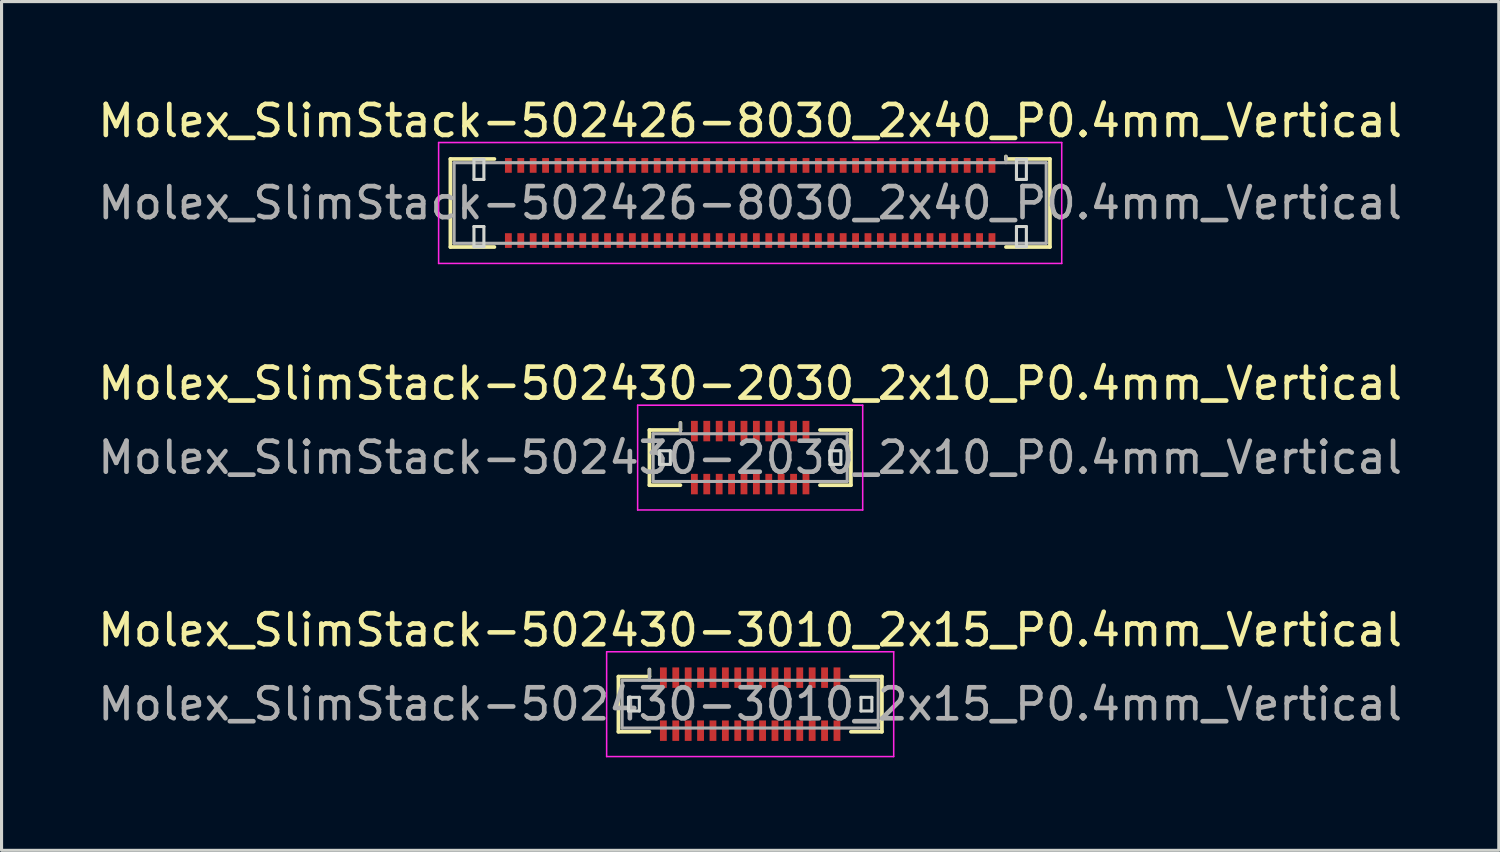
<source format=kicad_pcb>
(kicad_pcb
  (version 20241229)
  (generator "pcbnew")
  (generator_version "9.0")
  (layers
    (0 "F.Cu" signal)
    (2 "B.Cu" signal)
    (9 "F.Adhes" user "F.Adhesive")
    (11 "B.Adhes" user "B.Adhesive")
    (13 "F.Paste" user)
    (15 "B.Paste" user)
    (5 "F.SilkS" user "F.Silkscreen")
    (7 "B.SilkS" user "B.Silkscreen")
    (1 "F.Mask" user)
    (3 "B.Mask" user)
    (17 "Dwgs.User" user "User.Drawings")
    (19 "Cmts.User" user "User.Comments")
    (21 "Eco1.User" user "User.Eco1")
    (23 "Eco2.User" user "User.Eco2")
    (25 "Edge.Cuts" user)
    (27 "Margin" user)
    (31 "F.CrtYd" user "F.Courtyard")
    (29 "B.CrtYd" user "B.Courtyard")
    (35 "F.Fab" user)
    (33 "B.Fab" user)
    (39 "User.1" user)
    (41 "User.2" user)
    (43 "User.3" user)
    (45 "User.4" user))
  (footprint "Molex_SlimStack-502430-3010_2x15_P0.4mm_Vertical"
    (layer "F.Cu")
    (at 21.149 19.665)
    (property "Reference" "Molex_SlimStack-502430-3010_2x15_P0.4mm_Vertical" (at 0 -2.39 0) (layer "F.SilkS") (effects (font (size 1 1) (thickness 0.15))))
    (attr smd)
    (fp_line (start -4.25 -0.89) (end -3.25 -0.89) (stroke (width 0.12) (type solid)) (layer "F.SilkS"))
    (fp_line (start -4.25 0.89) (end -4.25 -0.89) (stroke (width 0.12) (type solid)) (layer "F.SilkS"))
    (fp_line (start -3.25 -0.89) (end -3.25 -1.12) (stroke (width 0.12) (type solid)) (layer "F.SilkS"))
    (fp_line (start -3.25 0.89) (end -4.25 0.89) (stroke (width 0.12) (type solid)) (layer "F.SilkS"))
    (fp_line (start 3.25 0.89) (end 4.25 0.89) (stroke (width 0.12) (type solid)) (layer "F.SilkS"))
    (fp_line (start 4.25 -0.89) (end 3.25 -0.89) (stroke (width 0.12) (type solid)) (layer "F.SilkS"))
    (fp_line (start 4.25 0.89) (end 4.25 -0.89) (stroke (width 0.12) (type solid)) (layer "F.SilkS"))
    (fp_line (start -3.925 -0.22) (end -3.925 0.22) (stroke (width 0.1) (type solid)) (layer "Edge.Cuts"))
    (fp_line (start -3.925 0.22) (end -3.575 0.22) (stroke (width 0.1) (type solid)) (layer "Edge.Cuts"))
    (fp_line (start -3.575 -0.22) (end -3.925 -0.22) (stroke (width 0.1) (type solid)) (layer "Edge.Cuts"))
    (fp_line (start -3.575 0.22) (end -3.575 -0.22) (stroke (width 0.1) (type solid)) (layer "Edge.Cuts"))
    (fp_line (start 3.575 -0.22) (end 3.575 0.22) (stroke (width 0.1) (type solid)) (layer "Edge.Cuts"))
    (fp_line (start 3.575 0.22) (end 3.925 0.22) (stroke (width 0.1) (type solid)) (layer "Edge.Cuts"))
    (fp_line (start 3.925 -0.22) (end 3.575 -0.22) (stroke (width 0.1) (type solid)) (layer "Edge.Cuts"))
    (fp_line (start 3.925 0.22) (end 3.925 -0.22) (stroke (width 0.1) (type solid)) (layer "Edge.Cuts"))
    (fp_line (start -4.63 -1.69) (end -4.63 1.69) (stroke (width 0.05) (type solid)) (layer "F.CrtYd"))
    (fp_line (start -4.63 1.69) (end 4.63 1.69) (stroke (width 0.05) (type solid)) (layer "F.CrtYd"))
    (fp_line (start 4.63 -1.69) (end -4.63 -1.69) (stroke (width 0.05) (type solid)) (layer "F.CrtYd"))
    (fp_line (start 4.63 1.69) (end 4.63 -1.69) (stroke (width 0.05) (type solid)) (layer "F.CrtYd"))
    (fp_line (start -4.13 -0.77) (end -4.13 0.77) (stroke (width 0.1) (type solid)) (layer "F.Fab"))
    (fp_line (start -4.13 0.77) (end 4.13 0.77) (stroke (width 0.1) (type solid)) (layer "F.Fab"))
    (fp_line (start -3.25 -0.77) (end -3.25 -1.12) (stroke (width 0.1) (type solid)) (layer "F.Fab"))
    (fp_line (start 4.13 -0.77) (end -4.13 -0.77) (stroke (width 0.1) (type solid)) (layer "F.Fab"))
    (fp_line (start 4.13 0.77) (end 4.13 -0.77) (stroke (width 0.1) (type solid)) (layer "F.Fab"))
    (fp_text user "${REFERENCE}" (at 0 0 0) (layer "F.Fab") (effects (font (size 1 1) (thickness 0.15))))
    (pad "1" smd rect (at -2.8 -0.855) (size 0.22 0.66) (layers "F.Cu" "F.Mask" "F.Paste"))
    (pad "2" smd rect (at -2.8 0.855) (size 0.22 0.66) (layers "F.Cu" "F.Mask" "F.Paste"))
    (pad "3" smd rect (at -2.4 -0.855) (size 0.22 0.66) (layers "F.Cu" "F.Mask" "F.Paste"))
    (pad "4" smd rect (at -2.4 0.855) (size 0.22 0.66) (layers "F.Cu" "F.Mask" "F.Paste"))
    (pad "5" smd rect (at -2 -0.855) (size 0.22 0.66) (layers "F.Cu" "F.Mask" "F.Paste"))
    (pad "6" smd rect (at -2 0.855) (size 0.22 0.66) (layers "F.Cu" "F.Mask" "F.Paste"))
    (pad "7" smd rect (at -1.6 -0.855) (size 0.22 0.66) (layers "F.Cu" "F.Mask" "F.Paste"))
    (pad "8" smd rect (at -1.6 0.855) (size 0.22 0.66) (layers "F.Cu" "F.Mask" "F.Paste"))
    (pad "9" smd rect (at -1.2 -0.855) (size 0.22 0.66) (layers "F.Cu" "F.Mask" "F.Paste"))
    (pad "10" smd rect (at -1.2 0.855) (size 0.22 0.66) (layers "F.Cu" "F.Mask" "F.Paste"))
    (pad "11" smd rect (at -0.8 -0.855) (size 0.22 0.66) (layers "F.Cu" "F.Mask" "F.Paste"))
    (pad "12" smd rect (at -0.8 0.855) (size 0.22 0.66) (layers "F.Cu" "F.Mask" "F.Paste"))
    (pad "13" smd rect (at -0.4 -0.855) (size 0.22 0.66) (layers "F.Cu" "F.Mask" "F.Paste"))
    (pad "14" smd rect (at -0.4 0.855) (size 0.22 0.66) (layers "F.Cu" "F.Mask" "F.Paste"))
    (pad "15" smd rect (at 0 -0.855) (size 0.22 0.66) (layers "F.Cu" "F.Mask" "F.Paste"))
    (pad "16" smd rect (at 0 0.855) (size 0.22 0.66) (layers "F.Cu" "F.Mask" "F.Paste"))
    (pad "17" smd rect (at 0.4 -0.855) (size 0.22 0.66) (layers "F.Cu" "F.Mask" "F.Paste"))
    (pad "18" smd rect (at 0.4 0.855) (size 0.22 0.66) (layers "F.Cu" "F.Mask" "F.Paste"))
    (pad "19" smd rect (at 0.8 -0.855) (size 0.22 0.66) (layers "F.Cu" "F.Mask" "F.Paste"))
    (pad "20" smd rect (at 0.8 0.855) (size 0.22 0.66) (layers "F.Cu" "F.Mask" "F.Paste"))
    (pad "21" smd rect (at 1.2 -0.855) (size 0.22 0.66) (layers "F.Cu" "F.Mask" "F.Paste"))
    (pad "22" smd rect (at 1.2 0.855) (size 0.22 0.66) (layers "F.Cu" "F.Mask" "F.Paste"))
    (pad "23" smd rect (at 1.6 -0.855) (size 0.22 0.66) (layers "F.Cu" "F.Mask" "F.Paste"))
    (pad "24" smd rect (at 1.6 0.855) (size 0.22 0.66) (layers "F.Cu" "F.Mask" "F.Paste"))
    (pad "25" smd rect (at 2 -0.855) (size 0.22 0.66) (layers "F.Cu" "F.Mask" "F.Paste"))
    (pad "26" smd rect (at 2 0.855) (size 0.22 0.66) (layers "F.Cu" "F.Mask" "F.Paste"))
    (pad "27" smd rect (at 2.4 -0.855) (size 0.22 0.66) (layers "F.Cu" "F.Mask" "F.Paste"))
    (pad "28" smd rect (at 2.4 0.855) (size 0.22 0.66) (layers "F.Cu" "F.Mask" "F.Paste"))
    (pad "29" smd rect (at 2.8 -0.855) (size 0.22 0.66) (layers "F.Cu" "F.Mask" "F.Paste"))
    (pad "30" smd rect (at 2.8 0.855) (size 0.22 0.66) (layers "F.Cu" "F.Mask" "F.Paste")))
  (footprint "Molex_SlimStack-502426-8030_2x40_P0.4mm_Vertical"
    (layer "F.Cu")
    (at 21.149 3.498)
    (property "Reference" "Molex_SlimStack-502426-8030_2x40_P0.4mm_Vertical" (at 0 -2.65 0) (layer "F.SilkS") (effects (font (size 1 1) (thickness 0.15))))
    (attr smd)
    (fp_line (start -9.67 -1.42) (end -8.25 -1.42) (stroke (width 0.12) (type solid)) (layer "F.SilkS"))
    (fp_line (start -9.67 1.42) (end -9.67 -1.42) (stroke (width 0.12) (type solid)) (layer "F.SilkS"))
    (fp_line (start -8.25 1.42) (end -9.67 1.42) (stroke (width 0.12) (type solid)) (layer "F.SilkS"))
    (fp_line (start 8.25 -1.42) (end 8.25 -1.5) (stroke (width 0.12) (type solid)) (layer "F.SilkS"))
    (fp_line (start 8.25 1.42) (end 9.67 1.42) (stroke (width 0.12) (type solid)) (layer "F.SilkS"))
    (fp_line (start 9.67 -1.42) (end 8.25 -1.42) (stroke (width 0.12) (type solid)) (layer "F.SilkS"))
    (fp_line (start 9.67 1.42) (end 9.67 -1.42) (stroke (width 0.12) (type solid)) (layer "F.SilkS"))
    (fp_line (start -8.91 -1.41) (end -8.91 -0.76) (stroke (width 0.1) (type solid)) (layer "Edge.Cuts"))
    (fp_line (start -8.91 -0.76) (end -8.59 -0.76) (stroke (width 0.1) (type solid)) (layer "Edge.Cuts"))
    (fp_line (start -8.91 0.76) (end -8.91 1.41) (stroke (width 0.1) (type solid)) (layer "Edge.Cuts"))
    (fp_line (start -8.91 1.41) (end -8.59 1.41) (stroke (width 0.1) (type solid)) (layer "Edge.Cuts"))
    (fp_line (start -8.59 -1.41) (end -8.91 -1.41) (stroke (width 0.1) (type solid)) (layer "Edge.Cuts"))
    (fp_line (start -8.59 -0.76) (end -8.59 -1.41) (stroke (width 0.1) (type solid)) (layer "Edge.Cuts"))
    (fp_line (start -8.59 0.76) (end -8.91 0.76) (stroke (width 0.1) (type solid)) (layer "Edge.Cuts"))
    (fp_line (start -8.59 1.41) (end -8.59 0.76) (stroke (width 0.1) (type solid)) (layer "Edge.Cuts"))
    (fp_line (start 8.59 -1.41) (end 8.59 -0.76) (stroke (width 0.1) (type solid)) (layer "Edge.Cuts"))
    (fp_line (start 8.59 -0.76) (end 8.91 -0.76) (stroke (width 0.1) (type solid)) (layer "Edge.Cuts"))
    (fp_line (start 8.59 0.76) (end 8.59 1.41) (stroke (width 0.1) (type solid)) (layer "Edge.Cuts"))
    (fp_line (start 8.59 1.41) (end 8.91 1.41) (stroke (width 0.1) (type solid)) (layer "Edge.Cuts"))
    (fp_line (start 8.91 -1.41) (end 8.59 -1.41) (stroke (width 0.1) (type solid)) (layer "Edge.Cuts"))
    (fp_line (start 8.91 -0.76) (end 8.91 -1.41) (stroke (width 0.1) (type solid)) (layer "Edge.Cuts"))
    (fp_line (start 8.91 0.76) (end 8.59 0.76) (stroke (width 0.1) (type solid)) (layer "Edge.Cuts"))
    (fp_line (start 8.91 1.41) (end 8.91 0.76) (stroke (width 0.1) (type solid)) (layer "Edge.Cuts"))
    (fp_line (start -10.05 -1.95) (end -10.05 1.95) (stroke (width 0.05) (type solid)) (layer "F.CrtYd"))
    (fp_line (start -10.05 1.95) (end 10.05 1.95) (stroke (width 0.05) (type solid)) (layer "F.CrtYd"))
    (fp_line (start 10.05 -1.95) (end -10.05 -1.95) (stroke (width 0.05) (type solid)) (layer "F.CrtYd"))
    (fp_line (start 10.05 1.95) (end 10.05 -1.95) (stroke (width 0.05) (type solid)) (layer "F.CrtYd"))
    (fp_line (start -9.55 -1.3) (end -9.55 1.3) (stroke (width 0.1) (type solid)) (layer "F.Fab"))
    (fp_line (start -9.55 1.3) (end 9.55 1.3) (stroke (width 0.1) (type solid)) (layer "F.Fab"))
    (fp_line (start 8.25 -1.3) (end 8.25 -1.5) (stroke (width 0.1) (type solid)) (layer "F.Fab"))
    (fp_line (start 9.55 -1.3) (end -9.55 -1.3) (stroke (width 0.1) (type solid)) (layer "F.Fab"))
    (fp_line (start 9.55 1.3) (end 9.55 -1.3) (stroke (width 0.1) (type solid)) (layer "F.Fab"))
    (fp_text user "${REFERENCE}" (at 0 0 0) (layer "F.Fab") (effects (font (size 1 1) (thickness 0.15))))
    (pad "1" smd rect (at 7.8 -1.212) (size 0.22 0.475) (layers "F.Cu" "F.Mask" "F.Paste"))
    (pad "2" smd rect (at 7.8 1.212) (size 0.22 0.475) (layers "F.Cu" "F.Mask" "F.Paste"))
    (pad "3" smd rect (at 7.4 -1.212) (size 0.22 0.475) (layers "F.Cu" "F.Mask" "F.Paste"))
    (pad "4" smd rect (at 7.4 1.212) (size 0.22 0.475) (layers "F.Cu" "F.Mask" "F.Paste"))
    (pad "5" smd rect (at 7 -1.212) (size 0.22 0.475) (layers "F.Cu" "F.Mask" "F.Paste"))
    (pad "6" smd rect (at 7 1.212) (size 0.22 0.475) (layers "F.Cu" "F.Mask" "F.Paste"))
    (pad "7" smd rect (at 6.6 -1.212) (size 0.22 0.475) (layers "F.Cu" "F.Mask" "F.Paste"))
    (pad "8" smd rect (at 6.6 1.212) (size 0.22 0.475) (layers "F.Cu" "F.Mask" "F.Paste"))
    (pad "9" smd rect (at 6.2 -1.212) (size 0.22 0.475) (layers "F.Cu" "F.Mask" "F.Paste"))
    (pad "10" smd rect (at 6.2 1.212) (size 0.22 0.475) (layers "F.Cu" "F.Mask" "F.Paste"))
    (pad "11" smd rect (at 5.8 -1.212) (size 0.22 0.475) (layers "F.Cu" "F.Mask" "F.Paste"))
    (pad "12" smd rect (at 5.8 1.212) (size 0.22 0.475) (layers "F.Cu" "F.Mask" "F.Paste"))
    (pad "13" smd rect (at 5.4 -1.212) (size 0.22 0.475) (layers "F.Cu" "F.Mask" "F.Paste"))
    (pad "14" smd rect (at 5.4 1.212) (size 0.22 0.475) (layers "F.Cu" "F.Mask" "F.Paste"))
    (pad "15" smd rect (at 5 -1.212) (size 0.22 0.475) (layers "F.Cu" "F.Mask" "F.Paste"))
    (pad "16" smd rect (at 5 1.212) (size 0.22 0.475) (layers "F.Cu" "F.Mask" "F.Paste"))
    (pad "17" smd rect (at 4.6 -1.212) (size 0.22 0.475) (layers "F.Cu" "F.Mask" "F.Paste"))
    (pad "18" smd rect (at 4.6 1.212) (size 0.22 0.475) (layers "F.Cu" "F.Mask" "F.Paste"))
    (pad "19" smd rect (at 4.2 -1.212) (size 0.22 0.475) (layers "F.Cu" "F.Mask" "F.Paste"))
    (pad "20" smd rect (at 4.2 1.212) (size 0.22 0.475) (layers "F.Cu" "F.Mask" "F.Paste"))
    (pad "21" smd rect (at 3.8 -1.212) (size 0.22 0.475) (layers "F.Cu" "F.Mask" "F.Paste"))
    (pad "22" smd rect (at 3.8 1.212) (size 0.22 0.475) (layers "F.Cu" "F.Mask" "F.Paste"))
    (pad "23" smd rect (at 3.4 -1.212) (size 0.22 0.475) (layers "F.Cu" "F.Mask" "F.Paste"))
    (pad "24" smd rect (at 3.4 1.212) (size 0.22 0.475) (layers "F.Cu" "F.Mask" "F.Paste"))
    (pad "25" smd rect (at 3 -1.212) (size 0.22 0.475) (layers "F.Cu" "F.Mask" "F.Paste"))
    (pad "26" smd rect (at 3 1.212) (size 0.22 0.475) (layers "F.Cu" "F.Mask" "F.Paste"))
    (pad "27" smd rect (at 2.6 -1.212) (size 0.22 0.475) (layers "F.Cu" "F.Mask" "F.Paste"))
    (pad "28" smd rect (at 2.6 1.212) (size 0.22 0.475) (layers "F.Cu" "F.Mask" "F.Paste"))
    (pad "29" smd rect (at 2.2 -1.212) (size 0.22 0.475) (layers "F.Cu" "F.Mask" "F.Paste"))
    (pad "30" smd rect (at 2.2 1.212) (size 0.22 0.475) (layers "F.Cu" "F.Mask" "F.Paste"))
    (pad "31" smd rect (at 1.8 -1.212) (size 0.22 0.475) (layers "F.Cu" "F.Mask" "F.Paste"))
    (pad "32" smd rect (at 1.8 1.212) (size 0.22 0.475) (layers "F.Cu" "F.Mask" "F.Paste"))
    (pad "33" smd rect (at 1.4 -1.212) (size 0.22 0.475) (layers "F.Cu" "F.Mask" "F.Paste"))
    (pad "34" smd rect (at 1.4 1.212) (size 0.22 0.475) (layers "F.Cu" "F.Mask" "F.Paste"))
    (pad "35" smd rect (at 1 -1.212) (size 0.22 0.475) (layers "F.Cu" "F.Mask" "F.Paste"))
    (pad "36" smd rect (at 1 1.212) (size 0.22 0.475) (layers "F.Cu" "F.Mask" "F.Paste"))
    (pad "37" smd rect (at 0.6 -1.212) (size 0.22 0.475) (layers "F.Cu" "F.Mask" "F.Paste"))
    (pad "38" smd rect (at 0.6 1.212) (size 0.22 0.475) (layers "F.Cu" "F.Mask" "F.Paste"))
    (pad "39" smd rect (at 0.2 -1.212) (size 0.22 0.475) (layers "F.Cu" "F.Mask" "F.Paste"))
    (pad "40" smd rect (at 0.2 1.212) (size 0.22 0.475) (layers "F.Cu" "F.Mask" "F.Paste"))
    (pad "41" smd rect (at -0.2 -1.212) (size 0.22 0.475) (layers "F.Cu" "F.Mask" "F.Paste"))
    (pad "42" smd rect (at -0.2 1.212) (size 0.22 0.475) (layers "F.Cu" "F.Mask" "F.Paste"))
    (pad "43" smd rect (at -0.6 -1.212) (size 0.22 0.475) (layers "F.Cu" "F.Mask" "F.Paste"))
    (pad "44" smd rect (at -0.6 1.212) (size 0.22 0.475) (layers "F.Cu" "F.Mask" "F.Paste"))
    (pad "45" smd rect (at -1 -1.212) (size 0.22 0.475) (layers "F.Cu" "F.Mask" "F.Paste"))
    (pad "46" smd rect (at -1 1.212) (size 0.22 0.475) (layers "F.Cu" "F.Mask" "F.Paste"))
    (pad "47" smd rect (at -1.4 -1.212) (size 0.22 0.475) (layers "F.Cu" "F.Mask" "F.Paste"))
    (pad "48" smd rect (at -1.4 1.212) (size 0.22 0.475) (layers "F.Cu" "F.Mask" "F.Paste"))
    (pad "49" smd rect (at -1.8 -1.212) (size 0.22 0.475) (layers "F.Cu" "F.Mask" "F.Paste"))
    (pad "50" smd rect (at -1.8 1.212) (size 0.22 0.475) (layers "F.Cu" "F.Mask" "F.Paste"))
    (pad "51" smd rect (at -2.2 -1.212) (size 0.22 0.475) (layers "F.Cu" "F.Mask" "F.Paste"))
    (pad "52" smd rect (at -2.2 1.212) (size 0.22 0.475) (layers "F.Cu" "F.Mask" "F.Paste"))
    (pad "53" smd rect (at -2.6 -1.212) (size 0.22 0.475) (layers "F.Cu" "F.Mask" "F.Paste"))
    (pad "54" smd rect (at -2.6 1.212) (size 0.22 0.475) (layers "F.Cu" "F.Mask" "F.Paste"))
    (pad "55" smd rect (at -3 -1.212) (size 0.22 0.475) (layers "F.Cu" "F.Mask" "F.Paste"))
    (pad "56" smd rect (at -3 1.212) (size 0.22 0.475) (layers "F.Cu" "F.Mask" "F.Paste"))
    (pad "57" smd rect (at -3.4 -1.212) (size 0.22 0.475) (layers "F.Cu" "F.Mask" "F.Paste"))
    (pad "58" smd rect (at -3.4 1.212) (size 0.22 0.475) (layers "F.Cu" "F.Mask" "F.Paste"))
    (pad "59" smd rect (at -3.8 -1.212) (size 0.22 0.475) (layers "F.Cu" "F.Mask" "F.Paste"))
    (pad "60" smd rect (at -3.8 1.212) (size 0.22 0.475) (layers "F.Cu" "F.Mask" "F.Paste"))
    (pad "61" smd rect (at -4.2 -1.212) (size 0.22 0.475) (layers "F.Cu" "F.Mask" "F.Paste"))
    (pad "62" smd rect (at -4.2 1.212) (size 0.22 0.475) (layers "F.Cu" "F.Mask" "F.Paste"))
    (pad "63" smd rect (at -4.6 -1.212) (size 0.22 0.475) (layers "F.Cu" "F.Mask" "F.Paste"))
    (pad "64" smd rect (at -4.6 1.212) (size 0.22 0.475) (layers "F.Cu" "F.Mask" "F.Paste"))
    (pad "65" smd rect (at -5 -1.212) (size 0.22 0.475) (layers "F.Cu" "F.Mask" "F.Paste"))
    (pad "66" smd rect (at -5 1.212) (size 0.22 0.475) (layers "F.Cu" "F.Mask" "F.Paste"))
    (pad "67" smd rect (at -5.4 -1.212) (size 0.22 0.475) (layers "F.Cu" "F.Mask" "F.Paste"))
    (pad "68" smd rect (at -5.4 1.212) (size 0.22 0.475) (layers "F.Cu" "F.Mask" "F.Paste"))
    (pad "69" smd rect (at -5.8 -1.212) (size 0.22 0.475) (layers "F.Cu" "F.Mask" "F.Paste"))
    (pad "70" smd rect (at -5.8 1.212) (size 0.22 0.475) (layers "F.Cu" "F.Mask" "F.Paste"))
    (pad "71" smd rect (at -6.2 -1.212) (size 0.22 0.475) (layers "F.Cu" "F.Mask" "F.Paste"))
    (pad "72" smd rect (at -6.2 1.212) (size 0.22 0.475) (layers "F.Cu" "F.Mask" "F.Paste"))
    (pad "73" smd rect (at -6.6 -1.212) (size 0.22 0.475) (layers "F.Cu" "F.Mask" "F.Paste"))
    (pad "74" smd rect (at -6.6 1.212) (size 0.22 0.475) (layers "F.Cu" "F.Mask" "F.Paste"))
    (pad "75" smd rect (at -7 -1.212) (size 0.22 0.475) (layers "F.Cu" "F.Mask" "F.Paste"))
    (pad "76" smd rect (at -7 1.212) (size 0.22 0.475) (layers "F.Cu" "F.Mask" "F.Paste"))
    (pad "77" smd rect (at -7.4 -1.212) (size 0.22 0.475) (layers "F.Cu" "F.Mask" "F.Paste"))
    (pad "78" smd rect (at -7.4 1.212) (size 0.22 0.475) (layers "F.Cu" "F.Mask" "F.Paste"))
    (pad "79" smd rect (at -7.8 -1.212) (size 0.22 0.475) (layers "F.Cu" "F.Mask" "F.Paste"))
    (pad "80" smd rect (at -7.8 1.212) (size 0.22 0.475) (layers "F.Cu" "F.Mask" "F.Paste")))
  (footprint "Molex_SlimStack-502430-2030_2x10_P0.4mm_Vertical"
    (layer "F.Cu")
    (at 21.149 11.711)
    (property "Reference" "Molex_SlimStack-502430-2030_2x10_P0.4mm_Vertical" (at 0 -2.39 0) (layer "F.SilkS") (effects (font (size 1 1) (thickness 0.15))))
    (attr smd)
    (fp_line (start -3.25 -0.89) (end -2.25 -0.89) (stroke (width 0.12) (type solid)) (layer "F.SilkS"))
    (fp_line (start -3.25 0.89) (end -3.25 -0.89) (stroke (width 0.12) (type solid)) (layer "F.SilkS"))
    (fp_line (start -2.25 -0.89) (end -2.25 -1.12) (stroke (width 0.12) (type solid)) (layer "F.SilkS"))
    (fp_line (start -2.25 0.89) (end -3.25 0.89) (stroke (width 0.12) (type solid)) (layer "F.SilkS"))
    (fp_line (start 2.25 0.89) (end 3.25 0.89) (stroke (width 0.12) (type solid)) (layer "F.SilkS"))
    (fp_line (start 3.25 -0.89) (end 2.25 -0.89) (stroke (width 0.12) (type solid)) (layer "F.SilkS"))
    (fp_line (start 3.25 0.89) (end 3.25 -0.89) (stroke (width 0.12) (type solid)) (layer "F.SilkS"))
    (fp_line (start -2.925 -0.22) (end -2.925 0.22) (stroke (width 0.1) (type solid)) (layer "Edge.Cuts"))
    (fp_line (start -2.925 0.22) (end -2.575 0.22) (stroke (width 0.1) (type solid)) (layer "Edge.Cuts"))
    (fp_line (start -2.575 -0.22) (end -2.925 -0.22) (stroke (width 0.1) (type solid)) (layer "Edge.Cuts"))
    (fp_line (start -2.575 0.22) (end -2.575 -0.22) (stroke (width 0.1) (type solid)) (layer "Edge.Cuts"))
    (fp_line (start 2.575 -0.22) (end 2.575 0.22) (stroke (width 0.1) (type solid)) (layer "Edge.Cuts"))
    (fp_line (start 2.575 0.22) (end 2.925 0.22) (stroke (width 0.1) (type solid)) (layer "Edge.Cuts"))
    (fp_line (start 2.925 -0.22) (end 2.575 -0.22) (stroke (width 0.1) (type solid)) (layer "Edge.Cuts"))
    (fp_line (start 2.925 0.22) (end 2.925 -0.22) (stroke (width 0.1) (type solid)) (layer "Edge.Cuts"))
    (fp_line (start -3.63 -1.69) (end -3.63 1.69) (stroke (width 0.05) (type solid)) (layer "F.CrtYd"))
    (fp_line (start -3.63 1.69) (end 3.63 1.69) (stroke (width 0.05) (type solid)) (layer "F.CrtYd"))
    (fp_line (start 3.63 -1.69) (end -3.63 -1.69) (stroke (width 0.05) (type solid)) (layer "F.CrtYd"))
    (fp_line (start 3.63 1.69) (end 3.63 -1.69) (stroke (width 0.05) (type solid)) (layer "F.CrtYd"))
    (fp_line (start -3.13 -0.77) (end -3.13 0.77) (stroke (width 0.1) (type solid)) (layer "F.Fab"))
    (fp_line (start -3.13 0.77) (end 3.13 0.77) (stroke (width 0.1) (type solid)) (layer "F.Fab"))
    (fp_line (start -2.25 -0.77) (end -2.25 -1.12) (stroke (width 0.1) (type solid)) (layer "F.Fab"))
    (fp_line (start 3.13 -0.77) (end -3.13 -0.77) (stroke (width 0.1) (type solid)) (layer "F.Fab"))
    (fp_line (start 3.13 0.77) (end 3.13 -0.77) (stroke (width 0.1) (type solid)) (layer "F.Fab"))
    (fp_text user "${REFERENCE}" (at 0 0 0) (layer "F.Fab") (effects (font (size 1 1) (thickness 0.15))))
    (pad "1" smd rect (at -1.8 -0.855) (size 0.22 0.66) (layers "F.Cu" "F.Mask" "F.Paste"))
    (pad "2" smd rect (at -1.8 0.855) (size 0.22 0.66) (layers "F.Cu" "F.Mask" "F.Paste"))
    (pad "3" smd rect (at -1.4 -0.855) (size 0.22 0.66) (layers "F.Cu" "F.Mask" "F.Paste"))
    (pad "4" smd rect (at -1.4 0.855) (size 0.22 0.66) (layers "F.Cu" "F.Mask" "F.Paste"))
    (pad "5" smd rect (at -1 -0.855) (size 0.22 0.66) (layers "F.Cu" "F.Mask" "F.Paste"))
    (pad "6" smd rect (at -1 0.855) (size 0.22 0.66) (layers "F.Cu" "F.Mask" "F.Paste"))
    (pad "7" smd rect (at -0.6 -0.855) (size 0.22 0.66) (layers "F.Cu" "F.Mask" "F.Paste"))
    (pad "8" smd rect (at -0.6 0.855) (size 0.22 0.66) (layers "F.Cu" "F.Mask" "F.Paste"))
    (pad "9" smd rect (at -0.2 -0.855) (size 0.22 0.66) (layers "F.Cu" "F.Mask" "F.Paste"))
    (pad "10" smd rect (at -0.2 0.855) (size 0.22 0.66) (layers "F.Cu" "F.Mask" "F.Paste"))
    (pad "11" smd rect (at 0.2 -0.855) (size 0.22 0.66) (layers "F.Cu" "F.Mask" "F.Paste"))
    (pad "12" smd rect (at 0.2 0.855) (size 0.22 0.66) (layers "F.Cu" "F.Mask" "F.Paste"))
    (pad "13" smd rect (at 0.6 -0.855) (size 0.22 0.66) (layers "F.Cu" "F.Mask" "F.Paste"))
    (pad "14" smd rect (at 0.6 0.855) (size 0.22 0.66) (layers "F.Cu" "F.Mask" "F.Paste"))
    (pad "15" smd rect (at 1 -0.855) (size 0.22 0.66) (layers "F.Cu" "F.Mask" "F.Paste"))
    (pad "16" smd rect (at 1 0.855) (size 0.22 0.66) (layers "F.Cu" "F.Mask" "F.Paste"))
    (pad "17" smd rect (at 1.4 -0.855) (size 0.22 0.66) (layers "F.Cu" "F.Mask" "F.Paste"))
    (pad "18" smd rect (at 1.4 0.855) (size 0.22 0.66) (layers "F.Cu" "F.Mask" "F.Paste"))
    (pad "19" smd rect (at 1.8 -0.855) (size 0.22 0.66) (layers "F.Cu" "F.Mask" "F.Paste"))
    (pad "20" smd rect (at 1.8 0.855) (size 0.22 0.66) (layers "F.Cu" "F.Mask" "F.Paste")))
  (gr_rect
    (start -3 -3)
    (end 45.298 24.38)
    (stroke (width 0.1) (type default))
    (fill no)
    (layer "Edge.Cuts")))
</source>
